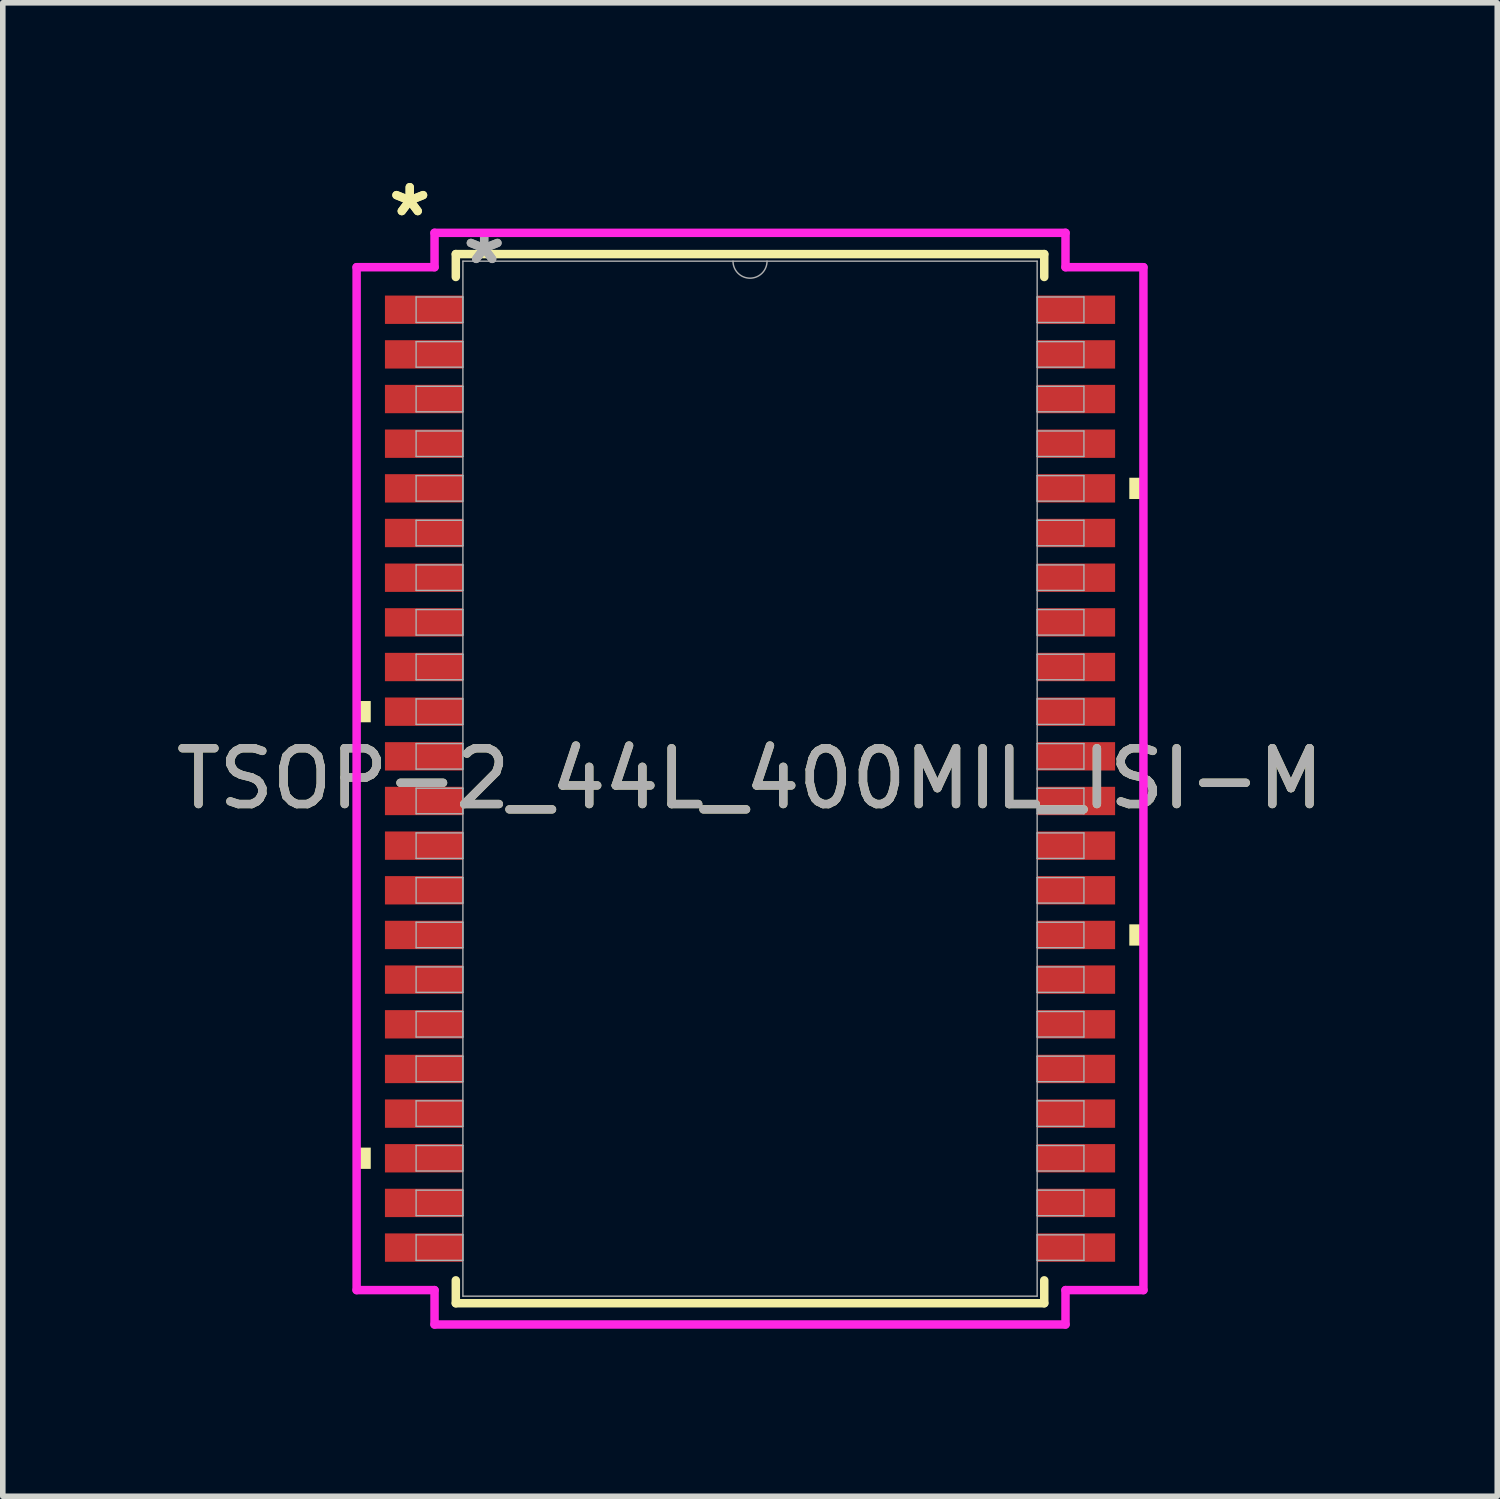
<source format=kicad_pcb>
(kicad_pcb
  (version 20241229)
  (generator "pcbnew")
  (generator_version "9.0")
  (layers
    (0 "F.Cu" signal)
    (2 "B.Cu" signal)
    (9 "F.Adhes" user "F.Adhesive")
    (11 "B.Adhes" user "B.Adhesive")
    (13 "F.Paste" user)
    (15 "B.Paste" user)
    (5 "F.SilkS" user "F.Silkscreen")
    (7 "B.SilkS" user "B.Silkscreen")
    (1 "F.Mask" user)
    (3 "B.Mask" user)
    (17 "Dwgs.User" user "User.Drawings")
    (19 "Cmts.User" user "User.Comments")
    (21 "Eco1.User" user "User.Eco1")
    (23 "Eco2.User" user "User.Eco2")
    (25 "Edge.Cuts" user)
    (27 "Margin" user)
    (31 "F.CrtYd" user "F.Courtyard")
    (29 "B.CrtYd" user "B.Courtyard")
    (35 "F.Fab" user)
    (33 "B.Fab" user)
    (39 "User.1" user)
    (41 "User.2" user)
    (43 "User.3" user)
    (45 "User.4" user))
  (footprint "TSOP-2_44L_400MIL_ISI-M"
    (layer "F.Cu")
    (at 10.387 10.9)
    (property "Reference" "TSOP-2_44L_400MIL_ISI-M" (at 0 0 0) (unlocked yes) (layer "F.SilkS") (effects (font (size 1 1) (thickness 0.15))))
    (attr smd)
    (fp_line (start -5.271 -9.398) (end -5.271 -8.988) (stroke (width 0.152) (type solid)) (layer "F.SilkS"))
    (fp_line (start -5.271 8.988) (end -5.271 9.398) (stroke (width 0.152) (type solid)) (layer "F.SilkS"))
    (fp_line (start -5.271 9.398) (end 5.271 9.398) (stroke (width 0.152) (type solid)) (layer "F.SilkS"))
    (fp_line (start 5.271 -9.398) (end -5.271 -9.398) (stroke (width 0.152) (type solid)) (layer "F.SilkS"))
    (fp_line (start 5.271 -8.988) (end 5.271 -9.398) (stroke (width 0.152) (type solid)) (layer "F.SilkS"))
    (fp_line (start 5.271 9.398) (end 5.271 8.988) (stroke (width 0.152) (type solid)) (layer "F.SilkS"))
    (fp_poly (pts (xy -7.048 -1.391) (xy -7.048 -1.01) (xy -6.795 -1.01) (xy -6.795 -1.391)) (stroke (width 0) (type solid)) (fill yes) (layer "F.SilkS"))
    (fp_poly (pts (xy -7.048 6.61) (xy -7.048 6.991) (xy -6.795 6.991) (xy -6.795 6.61)) (stroke (width 0) (type solid)) (fill yes) (layer "F.SilkS"))
    (fp_poly (pts (xy 7.048 -5.391) (xy 7.048 -5.01) (xy 6.795 -5.01) (xy 6.795 -5.391)) (stroke (width 0) (type solid)) (fill yes) (layer "F.SilkS"))
    (fp_poly (pts (xy 7.048 2.61) (xy 7.048 2.991) (xy 6.795 2.991) (xy 6.795 2.61)) (stroke (width 0) (type solid)) (fill yes) (layer "F.SilkS"))
    (fp_line (start -7.048 -9.163) (end -5.652 -9.163) (stroke (width 0.152) (type solid)) (layer "F.CrtYd"))
    (fp_line (start -7.048 9.163) (end -7.048 -9.163) (stroke (width 0.152) (type solid)) (layer "F.CrtYd"))
    (fp_line (start -7.048 9.163) (end -5.652 9.163) (stroke (width 0.152) (type solid)) (layer "F.CrtYd"))
    (fp_line (start -5.652 -9.779) (end 5.652 -9.779) (stroke (width 0.152) (type solid)) (layer "F.CrtYd"))
    (fp_line (start -5.652 -9.163) (end -5.652 -9.779) (stroke (width 0.152) (type solid)) (layer "F.CrtYd"))
    (fp_line (start -5.652 9.779) (end -5.652 9.163) (stroke (width 0.152) (type solid)) (layer "F.CrtYd"))
    (fp_line (start 5.652 -9.779) (end 5.652 -9.163) (stroke (width 0.152) (type solid)) (layer "F.CrtYd"))
    (fp_line (start 5.652 9.163) (end 5.652 9.779) (stroke (width 0.152) (type solid)) (layer "F.CrtYd"))
    (fp_line (start 5.652 9.779) (end -5.652 9.779) (stroke (width 0.152) (type solid)) (layer "F.CrtYd"))
    (fp_line (start 7.048 -9.163) (end 5.652 -9.163) (stroke (width 0.152) (type solid)) (layer "F.CrtYd"))
    (fp_line (start 7.048 -9.163) (end 7.048 9.163) (stroke (width 0.152) (type solid)) (layer "F.CrtYd"))
    (fp_line (start 7.048 9.163) (end 5.652 9.163) (stroke (width 0.152) (type solid)) (layer "F.CrtYd"))
    (fp_line (start -5.982 -8.63) (end -5.982 -8.172) (stroke (width 0.025) (type solid)) (layer "F.Fab"))
    (fp_line (start -5.982 -8.172) (end -5.144 -8.172) (stroke (width 0.025) (type solid)) (layer "F.Fab"))
    (fp_line (start -5.982 -7.83) (end -5.982 -7.372) (stroke (width 0.025) (type solid)) (layer "F.Fab"))
    (fp_line (start -5.982 -7.372) (end -5.144 -7.372) (stroke (width 0.025) (type solid)) (layer "F.Fab"))
    (fp_line (start -5.982 -7.029) (end -5.982 -6.572) (stroke (width 0.025) (type solid)) (layer "F.Fab"))
    (fp_line (start -5.982 -6.572) (end -5.144 -6.572) (stroke (width 0.025) (type solid)) (layer "F.Fab"))
    (fp_line (start -5.982 -6.229) (end -5.982 -5.772) (stroke (width 0.025) (type solid)) (layer "F.Fab"))
    (fp_line (start -5.982 -5.772) (end -5.144 -5.772) (stroke (width 0.025) (type solid)) (layer "F.Fab"))
    (fp_line (start -5.982 -5.429) (end -5.982 -4.972) (stroke (width 0.025) (type solid)) (layer "F.Fab"))
    (fp_line (start -5.982 -4.972) (end -5.144 -4.972) (stroke (width 0.025) (type solid)) (layer "F.Fab"))
    (fp_line (start -5.982 -4.629) (end -5.982 -4.172) (stroke (width 0.025) (type solid)) (layer "F.Fab"))
    (fp_line (start -5.982 -4.172) (end -5.144 -4.172) (stroke (width 0.025) (type solid)) (layer "F.Fab"))
    (fp_line (start -5.982 -3.829) (end -5.982 -3.372) (stroke (width 0.025) (type solid)) (layer "F.Fab"))
    (fp_line (start -5.982 -3.372) (end -5.144 -3.372) (stroke (width 0.025) (type solid)) (layer "F.Fab"))
    (fp_line (start -5.982 -3.029) (end -5.982 -2.572) (stroke (width 0.025) (type solid)) (layer "F.Fab"))
    (fp_line (start -5.982 -2.572) (end -5.144 -2.572) (stroke (width 0.025) (type solid)) (layer "F.Fab"))
    (fp_line (start -5.982 -2.229) (end -5.982 -1.772) (stroke (width 0.025) (type solid)) (layer "F.Fab"))
    (fp_line (start -5.982 -1.772) (end -5.144 -1.772) (stroke (width 0.025) (type solid)) (layer "F.Fab"))
    (fp_line (start -5.982 -1.429) (end -5.982 -0.972) (stroke (width 0.025) (type solid)) (layer "F.Fab"))
    (fp_line (start -5.982 -0.972) (end -5.144 -0.972) (stroke (width 0.025) (type solid)) (layer "F.Fab"))
    (fp_line (start -5.982 -0.629) (end -5.982 -0.171) (stroke (width 0.025) (type solid)) (layer "F.Fab"))
    (fp_line (start -5.982 -0.171) (end -5.144 -0.171) (stroke (width 0.025) (type solid)) (layer "F.Fab"))
    (fp_line (start -5.982 0.171) (end -5.982 0.629) (stroke (width 0.025) (type solid)) (layer "F.Fab"))
    (fp_line (start -5.982 0.629) (end -5.144 0.629) (stroke (width 0.025) (type solid)) (layer "F.Fab"))
    (fp_line (start -5.982 0.972) (end -5.982 1.429) (stroke (width 0.025) (type solid)) (layer "F.Fab"))
    (fp_line (start -5.982 1.429) (end -5.144 1.429) (stroke (width 0.025) (type solid)) (layer "F.Fab"))
    (fp_line (start -5.982 1.772) (end -5.982 2.229) (stroke (width 0.025) (type solid)) (layer "F.Fab"))
    (fp_line (start -5.982 2.229) (end -5.144 2.229) (stroke (width 0.025) (type solid)) (layer "F.Fab"))
    (fp_line (start -5.982 2.572) (end -5.982 3.029) (stroke (width 0.025) (type solid)) (layer "F.Fab"))
    (fp_line (start -5.982 3.029) (end -5.144 3.029) (stroke (width 0.025) (type solid)) (layer "F.Fab"))
    (fp_line (start -5.982 3.372) (end -5.982 3.829) (stroke (width 0.025) (type solid)) (layer "F.Fab"))
    (fp_line (start -5.982 3.829) (end -5.144 3.829) (stroke (width 0.025) (type solid)) (layer "F.Fab"))
    (fp_line (start -5.982 4.172) (end -5.982 4.629) (stroke (width 0.025) (type solid)) (layer "F.Fab"))
    (fp_line (start -5.982 4.629) (end -5.144 4.629) (stroke (width 0.025) (type solid)) (layer "F.Fab"))
    (fp_line (start -5.982 4.972) (end -5.982 5.429) (stroke (width 0.025) (type solid)) (layer "F.Fab"))
    (fp_line (start -5.982 5.429) (end -5.144 5.429) (stroke (width 0.025) (type solid)) (layer "F.Fab"))
    (fp_line (start -5.982 5.772) (end -5.982 6.229) (stroke (width 0.025) (type solid)) (layer "F.Fab"))
    (fp_line (start -5.982 6.229) (end -5.144 6.229) (stroke (width 0.025) (type solid)) (layer "F.Fab"))
    (fp_line (start -5.982 6.572) (end -5.982 7.029) (stroke (width 0.025) (type solid)) (layer "F.Fab"))
    (fp_line (start -5.982 7.029) (end -5.144 7.029) (stroke (width 0.025) (type solid)) (layer "F.Fab"))
    (fp_line (start -5.982 7.372) (end -5.982 7.83) (stroke (width 0.025) (type solid)) (layer "F.Fab"))
    (fp_line (start -5.982 7.83) (end -5.144 7.83) (stroke (width 0.025) (type solid)) (layer "F.Fab"))
    (fp_line (start -5.982 8.172) (end -5.982 8.63) (stroke (width 0.025) (type solid)) (layer "F.Fab"))
    (fp_line (start -5.982 8.63) (end -5.144 8.63) (stroke (width 0.025) (type solid)) (layer "F.Fab"))
    (fp_line (start -5.144 -9.271) (end -5.144 9.271) (stroke (width 0.025) (type solid)) (layer "F.Fab"))
    (fp_line (start -5.144 -8.63) (end -5.982 -8.63) (stroke (width 0.025) (type solid)) (layer "F.Fab"))
    (fp_line (start -5.144 -8.172) (end -5.144 -8.63) (stroke (width 0.025) (type solid)) (layer "F.Fab"))
    (fp_line (start -5.144 -7.83) (end -5.982 -7.83) (stroke (width 0.025) (type solid)) (layer "F.Fab"))
    (fp_line (start -5.144 -7.372) (end -5.144 -7.83) (stroke (width 0.025) (type solid)) (layer "F.Fab"))
    (fp_line (start -5.144 -7.029) (end -5.982 -7.029) (stroke (width 0.025) (type solid)) (layer "F.Fab"))
    (fp_line (start -5.144 -6.572) (end -5.144 -7.029) (stroke (width 0.025) (type solid)) (layer "F.Fab"))
    (fp_line (start -5.144 -6.229) (end -5.982 -6.229) (stroke (width 0.025) (type solid)) (layer "F.Fab"))
    (fp_line (start -5.144 -5.772) (end -5.144 -6.229) (stroke (width 0.025) (type solid)) (layer "F.Fab"))
    (fp_line (start -5.144 -5.429) (end -5.982 -5.429) (stroke (width 0.025) (type solid)) (layer "F.Fab"))
    (fp_line (start -5.144 -4.972) (end -5.144 -5.429) (stroke (width 0.025) (type solid)) (layer "F.Fab"))
    (fp_line (start -5.144 -4.629) (end -5.982 -4.629) (stroke (width 0.025) (type solid)) (layer "F.Fab"))
    (fp_line (start -5.144 -4.172) (end -5.144 -4.629) (stroke (width 0.025) (type solid)) (layer "F.Fab"))
    (fp_line (start -5.144 -3.829) (end -5.982 -3.829) (stroke (width 0.025) (type solid)) (layer "F.Fab"))
    (fp_line (start -5.144 -3.372) (end -5.144 -3.829) (stroke (width 0.025) (type solid)) (layer "F.Fab"))
    (fp_line (start -5.144 -3.029) (end -5.982 -3.029) (stroke (width 0.025) (type solid)) (layer "F.Fab"))
    (fp_line (start -5.144 -2.572) (end -5.144 -3.029) (stroke (width 0.025) (type solid)) (layer "F.Fab"))
    (fp_line (start -5.144 -2.229) (end -5.982 -2.229) (stroke (width 0.025) (type solid)) (layer "F.Fab"))
    (fp_line (start -5.144 -1.772) (end -5.144 -2.229) (stroke (width 0.025) (type solid)) (layer "F.Fab"))
    (fp_line (start -5.144 -1.429) (end -5.982 -1.429) (stroke (width 0.025) (type solid)) (layer "F.Fab"))
    (fp_line (start -5.144 -0.972) (end -5.144 -1.429) (stroke (width 0.025) (type solid)) (layer "F.Fab"))
    (fp_line (start -5.144 -0.629) (end -5.982 -0.629) (stroke (width 0.025) (type solid)) (layer "F.Fab"))
    (fp_line (start -5.144 -0.171) (end -5.144 -0.629) (stroke (width 0.025) (type solid)) (layer "F.Fab"))
    (fp_line (start -5.144 0.171) (end -5.982 0.171) (stroke (width 0.025) (type solid)) (layer "F.Fab"))
    (fp_line (start -5.144 0.629) (end -5.144 0.171) (stroke (width 0.025) (type solid)) (layer "F.Fab"))
    (fp_line (start -5.144 0.972) (end -5.982 0.972) (stroke (width 0.025) (type solid)) (layer "F.Fab"))
    (fp_line (start -5.144 1.429) (end -5.144 0.972) (stroke (width 0.025) (type solid)) (layer "F.Fab"))
    (fp_line (start -5.144 1.772) (end -5.982 1.772) (stroke (width 0.025) (type solid)) (layer "F.Fab"))
    (fp_line (start -5.144 2.229) (end -5.144 1.772) (stroke (width 0.025) (type solid)) (layer "F.Fab"))
    (fp_line (start -5.144 2.572) (end -5.982 2.572) (stroke (width 0.025) (type solid)) (layer "F.Fab"))
    (fp_line (start -5.144 3.029) (end -5.144 2.572) (stroke (width 0.025) (type solid)) (layer "F.Fab"))
    (fp_line (start -5.144 3.372) (end -5.982 3.372) (stroke (width 0.025) (type solid)) (layer "F.Fab"))
    (fp_line (start -5.144 3.829) (end -5.144 3.372) (stroke (width 0.025) (type solid)) (layer "F.Fab"))
    (fp_line (start -5.144 4.172) (end -5.982 4.172) (stroke (width 0.025) (type solid)) (layer "F.Fab"))
    (fp_line (start -5.144 4.629) (end -5.144 4.172) (stroke (width 0.025) (type solid)) (layer "F.Fab"))
    (fp_line (start -5.144 4.972) (end -5.982 4.972) (stroke (width 0.025) (type solid)) (layer "F.Fab"))
    (fp_line (start -5.144 5.429) (end -5.144 4.972) (stroke (width 0.025) (type solid)) (layer "F.Fab"))
    (fp_line (start -5.144 5.772) (end -5.982 5.772) (stroke (width 0.025) (type solid)) (layer "F.Fab"))
    (fp_line (start -5.144 6.229) (end -5.144 5.772) (stroke (width 0.025) (type solid)) (layer "F.Fab"))
    (fp_line (start -5.144 6.572) (end -5.982 6.572) (stroke (width 0.025) (type solid)) (layer "F.Fab"))
    (fp_line (start -5.144 7.029) (end -5.144 6.572) (stroke (width 0.025) (type solid)) (layer "F.Fab"))
    (fp_line (start -5.144 7.372) (end -5.982 7.372) (stroke (width 0.025) (type solid)) (layer "F.Fab"))
    (fp_line (start -5.144 7.83) (end -5.144 7.372) (stroke (width 0.025) (type solid)) (layer "F.Fab"))
    (fp_line (start -5.144 8.172) (end -5.982 8.172) (stroke (width 0.025) (type solid)) (layer "F.Fab"))
    (fp_line (start -5.144 8.63) (end -5.144 8.172) (stroke (width 0.025) (type solid)) (layer "F.Fab"))
    (fp_line (start -5.144 9.271) (end 5.144 9.271) (stroke (width 0.025) (type solid)) (layer "F.Fab"))
    (fp_line (start 5.144 -9.271) (end -5.144 -9.271) (stroke (width 0.025) (type solid)) (layer "F.Fab"))
    (fp_line (start 5.144 -8.63) (end 5.144 -8.172) (stroke (width 0.025) (type solid)) (layer "F.Fab"))
    (fp_line (start 5.144 -8.172) (end 5.982 -8.172) (stroke (width 0.025) (type solid)) (layer "F.Fab"))
    (fp_line (start 5.144 -7.83) (end 5.144 -7.372) (stroke (width 0.025) (type solid)) (layer "F.Fab"))
    (fp_line (start 5.144 -7.372) (end 5.982 -7.372) (stroke (width 0.025) (type solid)) (layer "F.Fab"))
    (fp_line (start 5.144 -7.029) (end 5.144 -6.572) (stroke (width 0.025) (type solid)) (layer "F.Fab"))
    (fp_line (start 5.144 -6.572) (end 5.982 -6.572) (stroke (width 0.025) (type solid)) (layer "F.Fab"))
    (fp_line (start 5.144 -6.229) (end 5.144 -5.772) (stroke (width 0.025) (type solid)) (layer "F.Fab"))
    (fp_line (start 5.144 -5.772) (end 5.982 -5.772) (stroke (width 0.025) (type solid)) (layer "F.Fab"))
    (fp_line (start 5.144 -5.429) (end 5.144 -4.972) (stroke (width 0.025) (type solid)) (layer "F.Fab"))
    (fp_line (start 5.144 -4.972) (end 5.982 -4.972) (stroke (width 0.025) (type solid)) (layer "F.Fab"))
    (fp_line (start 5.144 -4.629) (end 5.144 -4.172) (stroke (width 0.025) (type solid)) (layer "F.Fab"))
    (fp_line (start 5.144 -4.172) (end 5.982 -4.172) (stroke (width 0.025) (type solid)) (layer "F.Fab"))
    (fp_line (start 5.144 -3.829) (end 5.144 -3.372) (stroke (width 0.025) (type solid)) (layer "F.Fab"))
    (fp_line (start 5.144 -3.372) (end 5.982 -3.372) (stroke (width 0.025) (type solid)) (layer "F.Fab"))
    (fp_line (start 5.144 -3.029) (end 5.144 -2.572) (stroke (width 0.025) (type solid)) (layer "F.Fab"))
    (fp_line (start 5.144 -2.572) (end 5.982 -2.572) (stroke (width 0.025) (type solid)) (layer "F.Fab"))
    (fp_line (start 5.144 -2.229) (end 5.144 -1.772) (stroke (width 0.025) (type solid)) (layer "F.Fab"))
    (fp_line (start 5.144 -1.772) (end 5.982 -1.772) (stroke (width 0.025) (type solid)) (layer "F.Fab"))
    (fp_line (start 5.144 -1.429) (end 5.144 -0.972) (stroke (width 0.025) (type solid)) (layer "F.Fab"))
    (fp_line (start 5.144 -0.972) (end 5.982 -0.972) (stroke (width 0.025) (type solid)) (layer "F.Fab"))
    (fp_line (start 5.144 -0.629) (end 5.144 -0.171) (stroke (width 0.025) (type solid)) (layer "F.Fab"))
    (fp_line (start 5.144 -0.171) (end 5.982 -0.171) (stroke (width 0.025) (type solid)) (layer "F.Fab"))
    (fp_line (start 5.144 0.171) (end 5.144 0.629) (stroke (width 0.025) (type solid)) (layer "F.Fab"))
    (fp_line (start 5.144 0.629) (end 5.982 0.629) (stroke (width 0.025) (type solid)) (layer "F.Fab"))
    (fp_line (start 5.144 0.972) (end 5.144 1.429) (stroke (width 0.025) (type solid)) (layer "F.Fab"))
    (fp_line (start 5.144 1.429) (end 5.982 1.429) (stroke (width 0.025) (type solid)) (layer "F.Fab"))
    (fp_line (start 5.144 1.772) (end 5.144 2.229) (stroke (width 0.025) (type solid)) (layer "F.Fab"))
    (fp_line (start 5.144 2.229) (end 5.982 2.229) (stroke (width 0.025) (type solid)) (layer "F.Fab"))
    (fp_line (start 5.144 2.572) (end 5.144 3.029) (stroke (width 0.025) (type solid)) (layer "F.Fab"))
    (fp_line (start 5.144 3.029) (end 5.982 3.029) (stroke (width 0.025) (type solid)) (layer "F.Fab"))
    (fp_line (start 5.144 3.372) (end 5.144 3.829) (stroke (width 0.025) (type solid)) (layer "F.Fab"))
    (fp_line (start 5.144 3.829) (end 5.982 3.829) (stroke (width 0.025) (type solid)) (layer "F.Fab"))
    (fp_line (start 5.144 4.172) (end 5.144 4.629) (stroke (width 0.025) (type solid)) (layer "F.Fab"))
    (fp_line (start 5.144 4.629) (end 5.982 4.629) (stroke (width 0.025) (type solid)) (layer "F.Fab"))
    (fp_line (start 5.144 4.972) (end 5.144 5.429) (stroke (width 0.025) (type solid)) (layer "F.Fab"))
    (fp_line (start 5.144 5.429) (end 5.982 5.429) (stroke (width 0.025) (type solid)) (layer "F.Fab"))
    (fp_line (start 5.144 5.772) (end 5.144 6.229) (stroke (width 0.025) (type solid)) (layer "F.Fab"))
    (fp_line (start 5.144 6.229) (end 5.982 6.229) (stroke (width 0.025) (type solid)) (layer "F.Fab"))
    (fp_line (start 5.144 6.572) (end 5.144 7.029) (stroke (width 0.025) (type solid)) (layer "F.Fab"))
    (fp_line (start 5.144 7.029) (end 5.982 7.029) (stroke (width 0.025) (type solid)) (layer "F.Fab"))
    (fp_line (start 5.144 7.372) (end 5.144 7.83) (stroke (width 0.025) (type solid)) (layer "F.Fab"))
    (fp_line (start 5.144 7.83) (end 5.982 7.83) (stroke (width 0.025) (type solid)) (layer "F.Fab"))
    (fp_line (start 5.144 8.172) (end 5.144 8.63) (stroke (width 0.025) (type solid)) (layer "F.Fab"))
    (fp_line (start 5.144 8.63) (end 5.982 8.63) (stroke (width 0.025) (type solid)) (layer "F.Fab"))
    (fp_line (start 5.144 9.271) (end 5.144 -9.271) (stroke (width 0.025) (type solid)) (layer "F.Fab"))
    (fp_line (start 5.982 -8.63) (end 5.144 -8.63) (stroke (width 0.025) (type solid)) (layer "F.Fab"))
    (fp_line (start 5.982 -8.172) (end 5.982 -8.63) (stroke (width 0.025) (type solid)) (layer "F.Fab"))
    (fp_line (start 5.982 -7.83) (end 5.144 -7.83) (stroke (width 0.025) (type solid)) (layer "F.Fab"))
    (fp_line (start 5.982 -7.372) (end 5.982 -7.83) (stroke (width 0.025) (type solid)) (layer "F.Fab"))
    (fp_line (start 5.982 -7.029) (end 5.144 -7.029) (stroke (width 0.025) (type solid)) (layer "F.Fab"))
    (fp_line (start 5.982 -6.572) (end 5.982 -7.029) (stroke (width 0.025) (type solid)) (layer "F.Fab"))
    (fp_line (start 5.982 -6.229) (end 5.144 -6.229) (stroke (width 0.025) (type solid)) (layer "F.Fab"))
    (fp_line (start 5.982 -5.772) (end 5.982 -6.229) (stroke (width 0.025) (type solid)) (layer "F.Fab"))
    (fp_line (start 5.982 -5.429) (end 5.144 -5.429) (stroke (width 0.025) (type solid)) (layer "F.Fab"))
    (fp_line (start 5.982 -4.972) (end 5.982 -5.429) (stroke (width 0.025) (type solid)) (layer "F.Fab"))
    (fp_line (start 5.982 -4.629) (end 5.144 -4.629) (stroke (width 0.025) (type solid)) (layer "F.Fab"))
    (fp_line (start 5.982 -4.172) (end 5.982 -4.629) (stroke (width 0.025) (type solid)) (layer "F.Fab"))
    (fp_line (start 5.982 -3.829) (end 5.144 -3.829) (stroke (width 0.025) (type solid)) (layer "F.Fab"))
    (fp_line (start 5.982 -3.372) (end 5.982 -3.829) (stroke (width 0.025) (type solid)) (layer "F.Fab"))
    (fp_line (start 5.982 -3.029) (end 5.144 -3.029) (stroke (width 0.025) (type solid)) (layer "F.Fab"))
    (fp_line (start 5.982 -2.572) (end 5.982 -3.029) (stroke (width 0.025) (type solid)) (layer "F.Fab"))
    (fp_line (start 5.982 -2.229) (end 5.144 -2.229) (stroke (width 0.025) (type solid)) (layer "F.Fab"))
    (fp_line (start 5.982 -1.772) (end 5.982 -2.229) (stroke (width 0.025) (type solid)) (layer "F.Fab"))
    (fp_line (start 5.982 -1.429) (end 5.144 -1.429) (stroke (width 0.025) (type solid)) (layer "F.Fab"))
    (fp_line (start 5.982 -0.972) (end 5.982 -1.429) (stroke (width 0.025) (type solid)) (layer "F.Fab"))
    (fp_line (start 5.982 -0.629) (end 5.144 -0.629) (stroke (width 0.025) (type solid)) (layer "F.Fab"))
    (fp_line (start 5.982 -0.171) (end 5.982 -0.629) (stroke (width 0.025) (type solid)) (layer "F.Fab"))
    (fp_line (start 5.982 0.171) (end 5.144 0.171) (stroke (width 0.025) (type solid)) (layer "F.Fab"))
    (fp_line (start 5.982 0.629) (end 5.982 0.171) (stroke (width 0.025) (type solid)) (layer "F.Fab"))
    (fp_line (start 5.982 0.972) (end 5.144 0.972) (stroke (width 0.025) (type solid)) (layer "F.Fab"))
    (fp_line (start 5.982 1.429) (end 5.982 0.972) (stroke (width 0.025) (type solid)) (layer "F.Fab"))
    (fp_line (start 5.982 1.772) (end 5.144 1.772) (stroke (width 0.025) (type solid)) (layer "F.Fab"))
    (fp_line (start 5.982 2.229) (end 5.982 1.772) (stroke (width 0.025) (type solid)) (layer "F.Fab"))
    (fp_line (start 5.982 2.572) (end 5.144 2.572) (stroke (width 0.025) (type solid)) (layer "F.Fab"))
    (fp_line (start 5.982 3.029) (end 5.982 2.572) (stroke (width 0.025) (type solid)) (layer "F.Fab"))
    (fp_line (start 5.982 3.372) (end 5.144 3.372) (stroke (width 0.025) (type solid)) (layer "F.Fab"))
    (fp_line (start 5.982 3.829) (end 5.982 3.372) (stroke (width 0.025) (type solid)) (layer "F.Fab"))
    (fp_line (start 5.982 4.172) (end 5.144 4.172) (stroke (width 0.025) (type solid)) (layer "F.Fab"))
    (fp_line (start 5.982 4.629) (end 5.982 4.172) (stroke (width 0.025) (type solid)) (layer "F.Fab"))
    (fp_line (start 5.982 4.972) (end 5.144 4.972) (stroke (width 0.025) (type solid)) (layer "F.Fab"))
    (fp_line (start 5.982 5.429) (end 5.982 4.972) (stroke (width 0.025) (type solid)) (layer "F.Fab"))
    (fp_line (start 5.982 5.772) (end 5.144 5.772) (stroke (width 0.025) (type solid)) (layer "F.Fab"))
    (fp_line (start 5.982 6.229) (end 5.982 5.772) (stroke (width 0.025) (type solid)) (layer "F.Fab"))
    (fp_line (start 5.982 6.572) (end 5.144 6.572) (stroke (width 0.025) (type solid)) (layer "F.Fab"))
    (fp_line (start 5.982 7.029) (end 5.982 6.572) (stroke (width 0.025) (type solid)) (layer "F.Fab"))
    (fp_line (start 5.982 7.372) (end 5.144 7.372) (stroke (width 0.025) (type solid)) (layer "F.Fab"))
    (fp_line (start 5.982 7.83) (end 5.982 7.372) (stroke (width 0.025) (type solid)) (layer "F.Fab"))
    (fp_line (start 5.982 8.172) (end 5.144 8.172) (stroke (width 0.025) (type solid)) (layer "F.Fab"))
    (fp_line (start 5.982 8.63) (end 5.982 8.172) (stroke (width 0.025) (type solid)) (layer "F.Fab"))
    (fp_arc (start 0.3048 -9.271) (mid 0 -8.9662) (end -0.3048 -9.271) (stroke (width 0.0254) (type solid)) (layer "F.Fab"))
    (fp_text user "*" (at -6.096 -10.052 0) (layer "F.SilkS") (effects (font (size 1 1) (thickness 0.15))))
    (fp_text user "*" (at -6.096 -10.052 0) (unlocked yes) (layer "F.SilkS") (effects (font (size 1 1) (thickness 0.15))))
    (fp_text user "${REFERENCE}" (at 0 0 0) (unlocked yes) (layer "F.Fab") (effects (font (size 1 1) (thickness 0.15))))
    (fp_text user "*" (at -4.763 -9.195 0) (unlocked yes) (layer "F.Fab") (effects (font (size 1 1) (thickness 0.15))))
    (fp_text user "*" (at -4.763 -9.195 0) (layer "F.Fab") (effects (font (size 1 1) (thickness 0.15))))
    (pad "1" smd rect (at -5.842 -8.401) (size 1.397 0.508) (layers "F.Cu" "F.Mask" "F.Paste"))
    (pad "2" smd rect (at -5.842 -7.601) (size 1.397 0.508) (layers "F.Cu" "F.Mask" "F.Paste"))
    (pad "3" smd rect (at -5.842 -6.801) (size 1.397 0.508) (layers "F.Cu" "F.Mask" "F.Paste"))
    (pad "4" smd rect (at -5.842 -6.001) (size 1.397 0.508) (layers "F.Cu" "F.Mask" "F.Paste"))
    (pad "5" smd rect (at -5.842 -5.201) (size 1.397 0.508) (layers "F.Cu" "F.Mask" "F.Paste"))
    (pad "6" smd rect (at -5.842 -4.401) (size 1.397 0.508) (layers "F.Cu" "F.Mask" "F.Paste"))
    (pad "7" smd rect (at -5.842 -3.6) (size 1.397 0.508) (layers "F.Cu" "F.Mask" "F.Paste"))
    (pad "8" smd rect (at -5.842 -2.8) (size 1.397 0.508) (layers "F.Cu" "F.Mask" "F.Paste"))
    (pad "9" smd rect (at -5.842 -2) (size 1.397 0.508) (layers "F.Cu" "F.Mask" "F.Paste"))
    (pad "10" smd rect (at -5.842 -1.2) (size 1.397 0.508) (layers "F.Cu" "F.Mask" "F.Paste"))
    (pad "11" smd rect (at -5.842 -0.4) (size 1.397 0.508) (layers "F.Cu" "F.Mask" "F.Paste"))
    (pad "12" smd rect (at -5.842 0.4) (size 1.397 0.508) (layers "F.Cu" "F.Mask" "F.Paste"))
    (pad "13" smd rect (at -5.842 1.2) (size 1.397 0.508) (layers "F.Cu" "F.Mask" "F.Paste"))
    (pad "14" smd rect (at -5.842 2) (size 1.397 0.508) (layers "F.Cu" "F.Mask" "F.Paste"))
    (pad "15" smd rect (at -5.842 2.8) (size 1.397 0.508) (layers "F.Cu" "F.Mask" "F.Paste"))
    (pad "16" smd rect (at -5.842 3.6) (size 1.397 0.508) (layers "F.Cu" "F.Mask" "F.Paste"))
    (pad "17" smd rect (at -5.842 4.401) (size 1.397 0.508) (layers "F.Cu" "F.Mask" "F.Paste"))
    (pad "18" smd rect (at -5.842 5.201) (size 1.397 0.508) (layers "F.Cu" "F.Mask" "F.Paste"))
    (pad "19" smd rect (at -5.842 6.001) (size 1.397 0.508) (layers "F.Cu" "F.Mask" "F.Paste"))
    (pad "20" smd rect (at -5.842 6.801) (size 1.397 0.508) (layers "F.Cu" "F.Mask" "F.Paste"))
    (pad "21" smd rect (at -5.842 7.601) (size 1.397 0.508) (layers "F.Cu" "F.Mask" "F.Paste"))
    (pad "22" smd rect (at -5.842 8.401) (size 1.397 0.508) (layers "F.Cu" "F.Mask" "F.Paste"))
    (pad "23" smd rect (at 5.842 8.401) (size 1.397 0.508) (layers "F.Cu" "F.Mask" "F.Paste"))
    (pad "24" smd rect (at 5.842 7.601) (size 1.397 0.508) (layers "F.Cu" "F.Mask" "F.Paste"))
    (pad "25" smd rect (at 5.842 6.801) (size 1.397 0.508) (layers "F.Cu" "F.Mask" "F.Paste"))
    (pad "26" smd rect (at 5.842 6.001) (size 1.397 0.508) (layers "F.Cu" "F.Mask" "F.Paste"))
    (pad "27" smd rect (at 5.842 5.201) (size 1.397 0.508) (layers "F.Cu" "F.Mask" "F.Paste"))
    (pad "28" smd rect (at 5.842 4.401) (size 1.397 0.508) (layers "F.Cu" "F.Mask" "F.Paste"))
    (pad "29" smd rect (at 5.842 3.6) (size 1.397 0.508) (layers "F.Cu" "F.Mask" "F.Paste"))
    (pad "30" smd rect (at 5.842 2.8) (size 1.397 0.508) (layers "F.Cu" "F.Mask" "F.Paste"))
    (pad "31" smd rect (at 5.842 2) (size 1.397 0.508) (layers "F.Cu" "F.Mask" "F.Paste"))
    (pad "32" smd rect (at 5.842 1.2) (size 1.397 0.508) (layers "F.Cu" "F.Mask" "F.Paste"))
    (pad "33" smd rect (at 5.842 0.4) (size 1.397 0.508) (layers "F.Cu" "F.Mask" "F.Paste"))
    (pad "34" smd rect (at 5.842 -0.4) (size 1.397 0.508) (layers "F.Cu" "F.Mask" "F.Paste"))
    (pad "35" smd rect (at 5.842 -1.2) (size 1.397 0.508) (layers "F.Cu" "F.Mask" "F.Paste"))
    (pad "36" smd rect (at 5.842 -2) (size 1.397 0.508) (layers "F.Cu" "F.Mask" "F.Paste"))
    (pad "37" smd rect (at 5.842 -2.8) (size 1.397 0.508) (layers "F.Cu" "F.Mask" "F.Paste"))
    (pad "38" smd rect (at 5.842 -3.6) (size 1.397 0.508) (layers "F.Cu" "F.Mask" "F.Paste"))
    (pad "39" smd rect (at 5.842 -4.401) (size 1.397 0.508) (layers "F.Cu" "F.Mask" "F.Paste"))
    (pad "40" smd rect (at 5.842 -5.201) (size 1.397 0.508) (layers "F.Cu" "F.Mask" "F.Paste"))
    (pad "41" smd rect (at 5.842 -6.001) (size 1.397 0.508) (layers "F.Cu" "F.Mask" "F.Paste"))
    (pad "42" smd rect (at 5.842 -6.801) (size 1.397 0.508) (layers "F.Cu" "F.Mask" "F.Paste"))
    (pad "43" smd rect (at 5.842 -7.601) (size 1.397 0.508) (layers "F.Cu" "F.Mask" "F.Paste"))
    (pad "44" smd rect (at 5.842 -8.401) (size 1.397 0.508) (layers "F.Cu" "F.Mask" "F.Paste")))
  (gr_rect
    (start -3 -3)
    (end 23.774 23.756)
    (stroke (width 0.1) (type default))
    (fill no)
    (layer "Edge.Cuts")))
</source>
